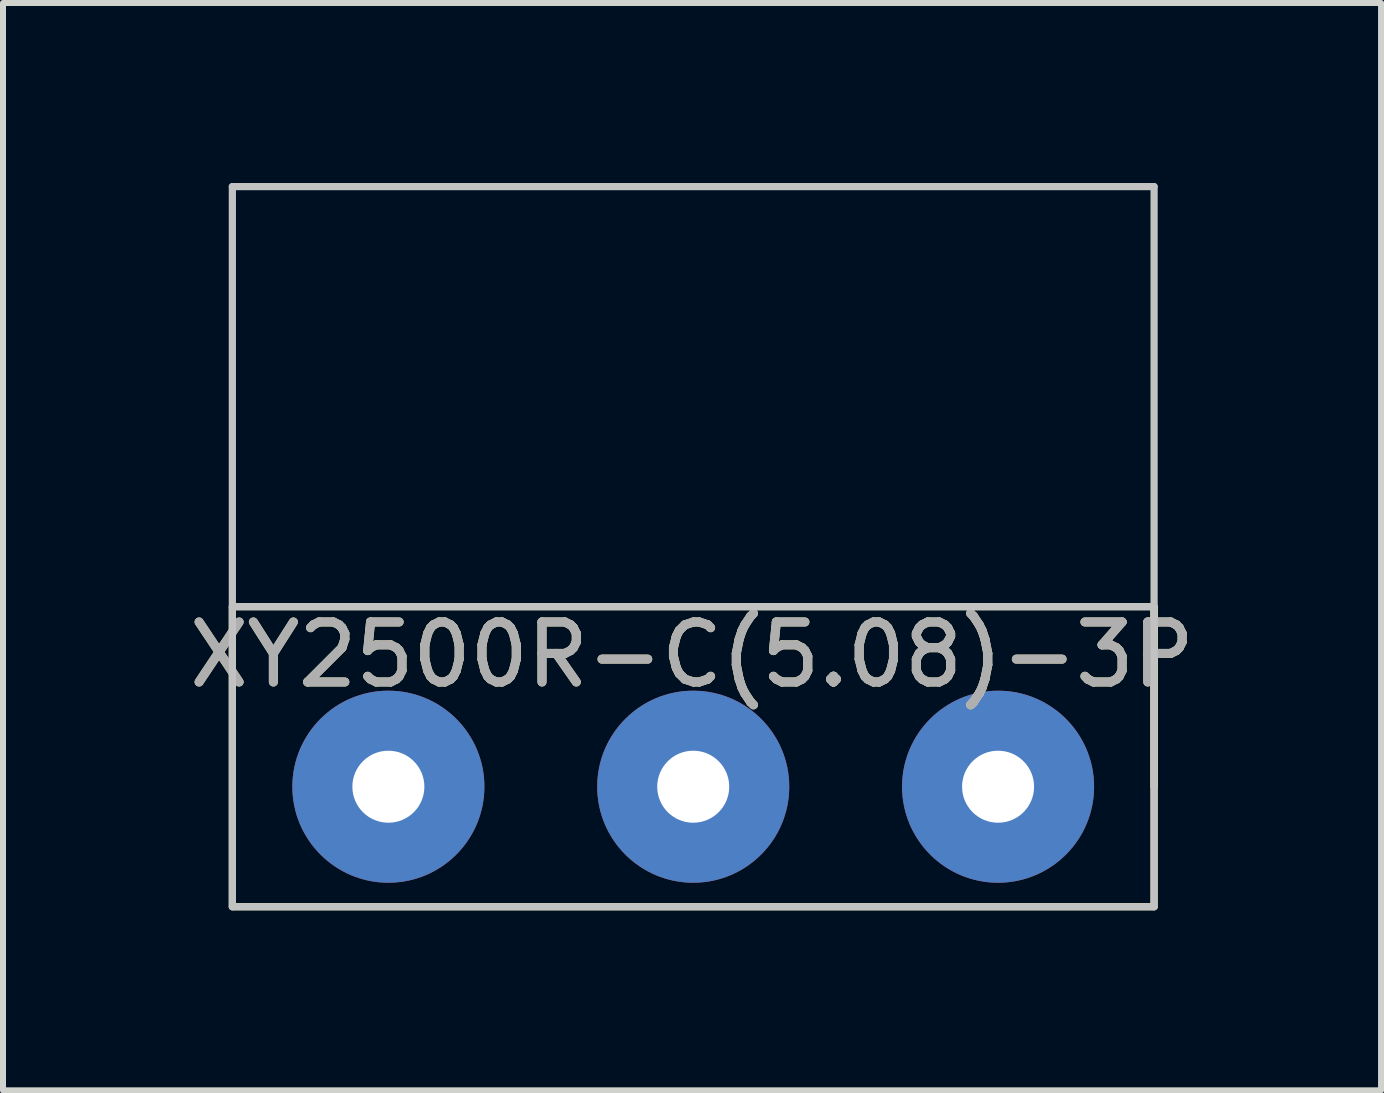
<source format=kicad_pcb>
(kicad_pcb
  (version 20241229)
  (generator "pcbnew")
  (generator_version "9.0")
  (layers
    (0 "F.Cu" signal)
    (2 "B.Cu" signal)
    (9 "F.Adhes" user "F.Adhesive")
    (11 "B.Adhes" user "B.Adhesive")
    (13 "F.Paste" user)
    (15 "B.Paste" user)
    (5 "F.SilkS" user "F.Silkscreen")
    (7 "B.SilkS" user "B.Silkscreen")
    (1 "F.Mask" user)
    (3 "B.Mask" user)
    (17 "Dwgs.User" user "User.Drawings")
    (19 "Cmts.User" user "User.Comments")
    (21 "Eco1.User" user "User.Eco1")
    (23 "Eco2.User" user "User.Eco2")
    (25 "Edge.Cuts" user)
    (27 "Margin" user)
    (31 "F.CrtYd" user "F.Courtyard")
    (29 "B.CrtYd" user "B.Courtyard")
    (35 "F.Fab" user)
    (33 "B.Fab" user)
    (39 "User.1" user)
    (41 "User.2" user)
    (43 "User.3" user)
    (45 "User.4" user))
  (footprint "XY2500R-C(5.08)-3P"
    (layer "F.Cu")
    (at 8.502 10.06)
    (property "Reference" "XY2500R-C(5.08)-3P" (at -0.02 -2.2 0) (unlocked yes) (layer "F.SilkS") (effects (font (size 1 1) (thickness 0.15))))
    (attr through_hole)
    (fp_line (start 7.68 0) (end 7.68 -3) (stroke (width 0.12) (type solid)) (layer "F.SilkS"))
    (fp_rect (start -7.68 2) (end 7.68 -3) (stroke (width 0.12) (type solid)) (fill no) (layer "F.SilkS"))
    (fp_line (start -7.68 -10) (end 7.68 -10) (stroke (width 0.12) (type solid)) (layer "Dwgs.User"))
    (fp_line (start -7.68 -3) (end 7.62 -3) (stroke (width 0.12) (type solid)) (layer "Dwgs.User"))
    (fp_line (start -7.68 2) (end -7.68 -10) (stroke (width 0.12) (type solid)) (layer "Dwgs.User"))
    (fp_line (start -7.68 2) (end 7.68 2) (stroke (width 0.12) (type solid)) (layer "Dwgs.User"))
    (fp_line (start 7.68 2) (end 7.68 -10) (stroke (width 0.12) (type solid)) (layer "Dwgs.User"))
    (fp_rect (start -7.675 -3) (end 7.675 2) (stroke (width 0.05) (type solid)) (fill no) (layer "F.CrtYd"))
    (fp_text user "${REFERENCE}" (at -0.02 -2.2 0) (unlocked yes) (layer "F.Fab") (effects (font (size 1 1) (thickness 0.15))))
    (pad "1" thru_hole circle (at 5.08 0 90) (size 3.2 3.2) (drill 1.2) (layers "*.Cu" "*.Mask"))
    (pad "2" thru_hole circle (at 0 0 90) (size 3.2 3.2) (drill 1.2) (layers "*.Cu" "*.Mask"))
    (pad "3" thru_hole circle (at -5.08 0 90) (size 3.2 3.2) (drill 1.2) (layers "*.Cu" "*.Mask")))
  (gr_rect
    (start -3 -3)
    (end 19.964 15.12)
    (stroke (width 0.1) (type default))
    (fill no)
    (layer "Edge.Cuts")))
</source>
